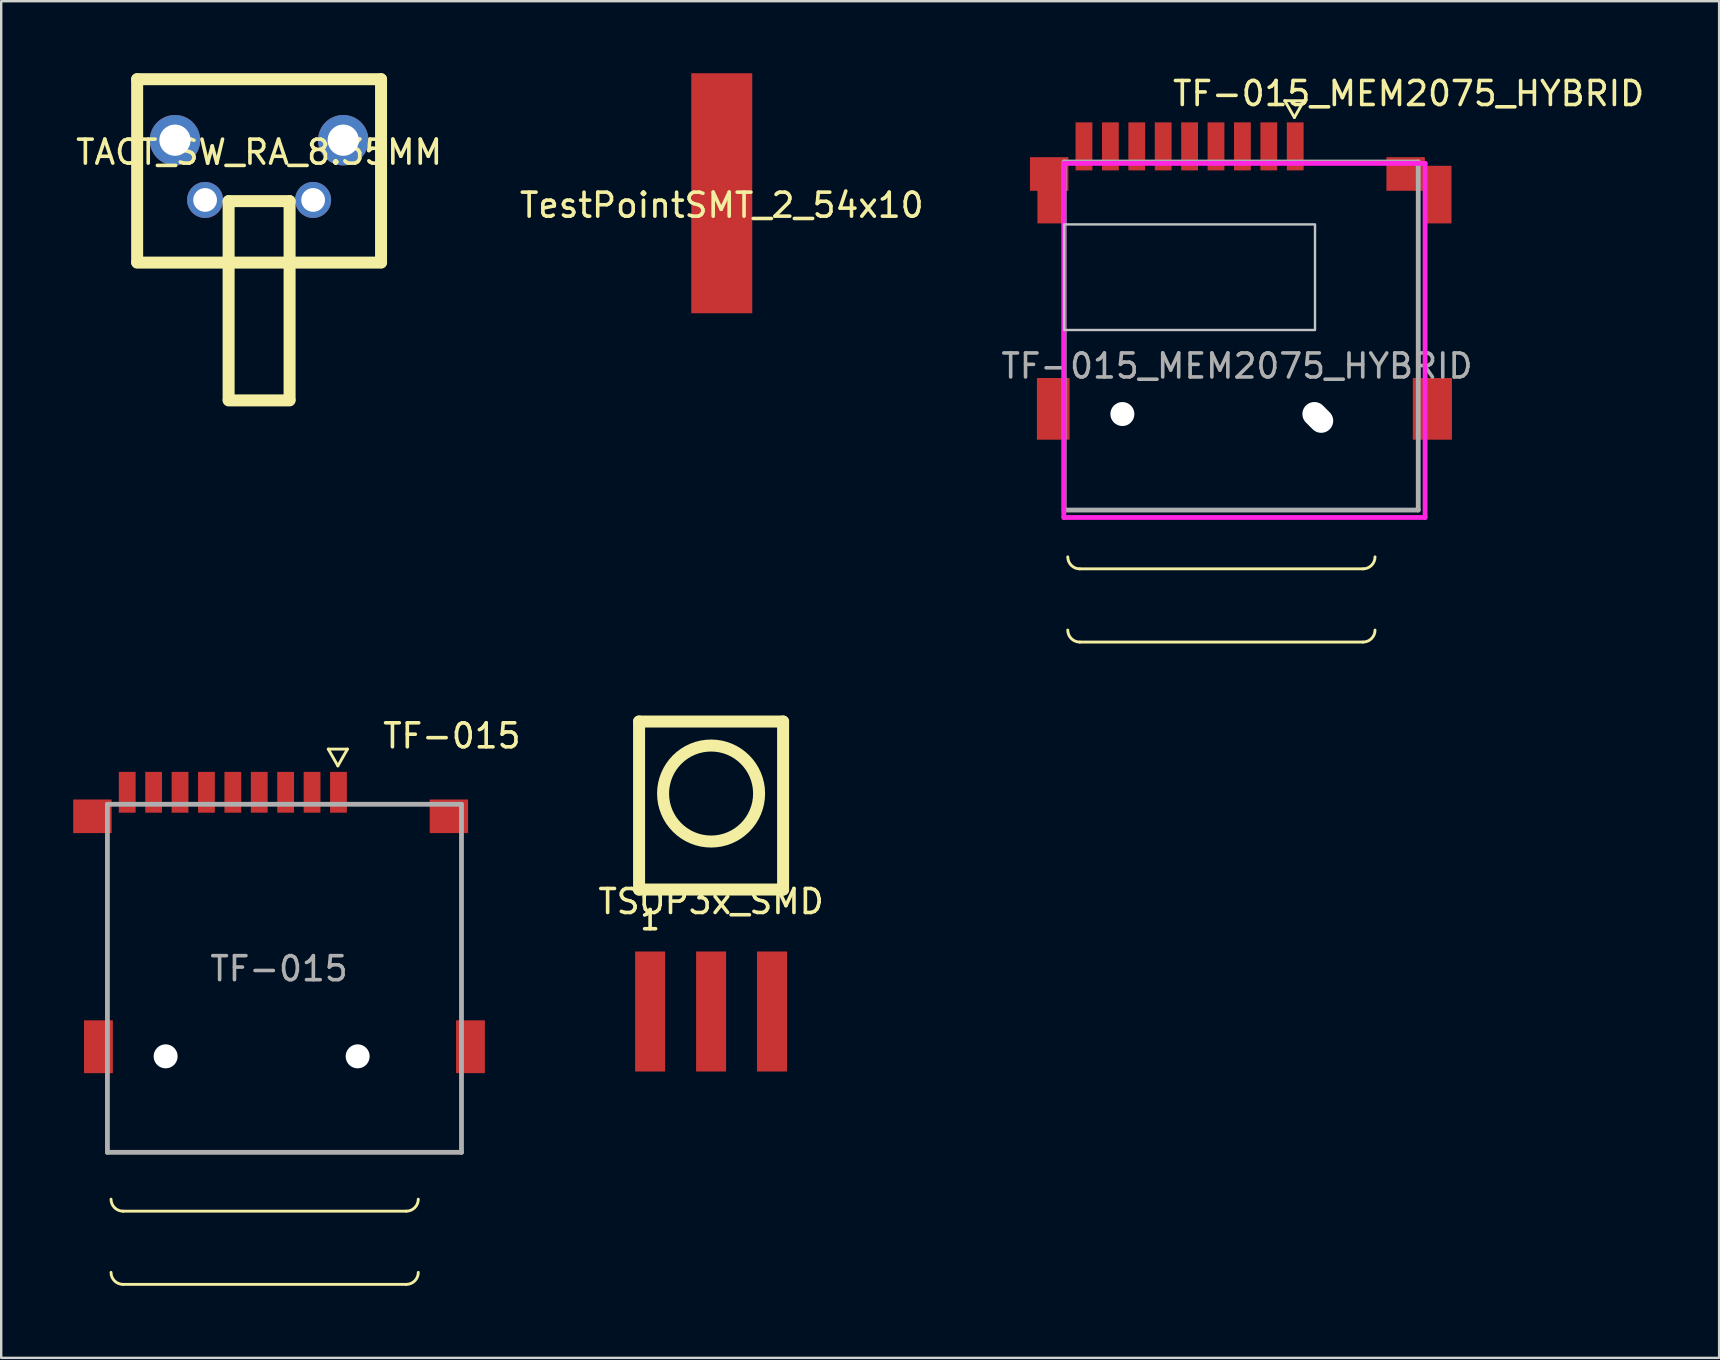
<source format=kicad_pcb>
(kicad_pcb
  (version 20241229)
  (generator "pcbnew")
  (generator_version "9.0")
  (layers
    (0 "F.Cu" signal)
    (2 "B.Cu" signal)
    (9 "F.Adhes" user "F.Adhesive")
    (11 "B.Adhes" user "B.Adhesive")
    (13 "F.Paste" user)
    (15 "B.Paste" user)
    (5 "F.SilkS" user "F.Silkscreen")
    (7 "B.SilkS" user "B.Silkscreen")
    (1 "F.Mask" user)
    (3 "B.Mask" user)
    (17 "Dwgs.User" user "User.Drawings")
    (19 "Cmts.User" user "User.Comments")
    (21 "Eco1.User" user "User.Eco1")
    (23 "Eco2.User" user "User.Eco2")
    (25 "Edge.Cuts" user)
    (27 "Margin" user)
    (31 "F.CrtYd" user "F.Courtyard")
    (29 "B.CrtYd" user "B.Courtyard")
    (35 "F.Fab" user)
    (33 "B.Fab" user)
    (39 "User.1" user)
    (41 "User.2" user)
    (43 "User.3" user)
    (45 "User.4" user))
  (footprint "TestPointSMT_2_54x10"
    (layer "F.Cu")
    (at 27.018 5)
    (property "Reference" "TestPointSMT_2_54x10" (at 0 0.5 0) (layer "F.SilkS") (effects (font (size 1 1) (thickness 0.15))))
    (attr through_hole)
    (pad "1" smd rect (at 0 0) (size 2.54 10) (layers "F.Cu" "F.Mask" "F.Paste")))
  (footprint "TF-015"
    (layer "F.Cu")
    (at 8.575 37.306)
    (property "Reference" "TF-015" (at 7.2 -9.7 0) (layer "F.SilkS") (effects (font (size 1 1) (thickness 0.15))))
    (attr through_hole)
    (fp_line (start -7.15 -5.35) (end -7.15 1.85) (stroke (width 0.1) (type solid)) (layer "F.SilkS"))
    (fp_line (start -7.15 4.55) (end -7.15 7.65) (stroke (width 0.1) (type solid)) (layer "F.SilkS"))
    (fp_line (start -7.15 7.65) (end 7.6 7.65) (stroke (width 0.1) (type solid)) (layer "F.SilkS"))
    (fp_line (start -6.5 10.1) (end 5.3 10.1) (stroke (width 0.12) (type solid)) (layer "F.SilkS"))
    (fp_line (start -6.5 13.15) (end 5.3 13.15) (stroke (width 0.12) (type solid)) (layer "F.SilkS"))
    (fp_line (start 2.05 -9.15) (end 2.85 -9.15) (stroke (width 0.12) (type solid)) (layer "F.SilkS"))
    (fp_line (start 2.45 -8.45) (end 2.05 -9.15) (stroke (width 0.12) (type solid)) (layer "F.SilkS"))
    (fp_line (start 2.85 -9.15) (end 2.45 -8.45) (stroke (width 0.12) (type solid)) (layer "F.SilkS"))
    (fp_line (start 6.1 -6.85) (end 3.1 -6.85) (stroke (width 0.1) (type solid)) (layer "F.SilkS"))
    (fp_line (start 7.6 1.85) (end 7.6 -5.35) (stroke (width 0.1) (type solid)) (layer "F.SilkS"))
    (fp_line (start 7.6 7.65) (end 7.6 4.55) (stroke (width 0.1) (type solid)) (layer "F.SilkS"))
    (fp_arc (start -6.5 10.1) (mid -6.853553 9.953553) (end -7 9.6) (stroke (width 0.12) (type solid)) (layer "F.SilkS"))
    (fp_arc (start -6.5 13.15) (mid -6.853553 13.003553) (end -7 12.65) (stroke (width 0.12) (type solid)) (layer "F.SilkS"))
    (fp_arc (start 5.8 9.6) (mid 5.653553 9.953553) (end 5.3 10.1) (stroke (width 0.12) (type solid)) (layer "F.SilkS"))
    (fp_arc (start 5.8 12.65) (mid 5.653553 13.003553) (end 5.3 13.15) (stroke (width 0.12) (type solid)) (layer "F.SilkS"))
    (fp_line (start -7.15 -6.85) (end 7.6 -6.85) (stroke (width 0.2) (type solid)) (layer "F.Fab"))
    (fp_line (start -7.15 7.65) (end -7.15 -6.85) (stroke (width 0.2) (type solid)) (layer "F.Fab"))
    (fp_line (start 7.6 -6.85) (end 7.6 7.65) (stroke (width 0.2) (type solid)) (layer "F.Fab"))
    (fp_line (start 7.6 7.65) (end -7.15 7.65) (stroke (width 0.2) (type solid)) (layer "F.Fab"))
    (fp_text user "${REFERENCE}" (at 0 0 0) (layer "F.Fab") (effects (font (size 1 1) (thickness 0.15))))
    (pad "" np_thru_hole circle (at -4.725 3.65) (size 1 1) (drill 1) (layers "*.Cu" "*.Mask"))
    (pad "" np_thru_hole circle (at 3.275 3.65) (size 1 1) (drill 1) (layers "*.Cu" "*.Mask"))
    (pad "1" smd rect (at 2.475 -7.35) (size 0.7 1.7) (layers "F.Cu" "F.Mask" "F.Paste"))
    (pad "2" smd rect (at 1.375 -7.35) (size 0.7 1.7) (layers "F.Cu" "F.Mask" "F.Paste"))
    (pad "3" smd rect (at 0.275 -7.35) (size 0.7 1.7) (layers "F.Cu" "F.Mask" "F.Paste"))
    (pad "4" smd rect (at -0.825 -7.35) (size 0.7 1.7) (layers "F.Cu" "F.Mask" "F.Paste"))
    (pad "5" smd rect (at -1.925 -7.35) (size 0.7 1.7) (layers "F.Cu" "F.Mask" "F.Paste"))
    (pad "6" smd rect (at -3.025 -7.35) (size 0.7 1.7) (layers "F.Cu" "F.Mask" "F.Paste"))
    (pad "7" smd rect (at -4.125 -7.35) (size 0.7 1.7) (layers "F.Cu" "F.Mask" "F.Paste"))
    (pad "8" smd rect (at -5.225 -7.35) (size 0.7 1.7) (layers "F.Cu" "F.Mask" "F.Paste"))
    (pad "9" smd rect (at -6.325 -7.35) (size 0.7 1.7) (layers "F.Cu" "F.Mask" "F.Paste"))
    (pad "11" smd rect (at -7.775 -6.35 90) (size 1.4 1.6) (layers "F.Cu" "F.Mask" "F.Paste"))
    (pad "11" smd rect (at -7.525 3.25) (size 1.2 2.2) (layers "F.Cu" "F.Mask" "F.Paste"))
    (pad "11" smd rect (at 7.075 -6.35 90) (size 1.4 1.6) (layers "F.Cu" "F.Mask" "F.Paste"))
    (pad "11" smd rect (at 7.975 3.25) (size 1.2 2.2) (layers "F.Cu" "F.Mask" "F.Paste")))
  (footprint "TSOP3x_SMD"
    (layer "F.Cu")
    (at 26.573 34.008)
    (property "Reference" "TSOP3x_SMD" (at 0 0.5 0) (layer "F.SilkS") (effects (font (size 1 1) (thickness 0.15))))
    (attr through_hole)
    (fp_line (start -3 -7) (end 3 -7) (stroke (width 0.5) (type solid)) (layer "F.SilkS"))
    (fp_line (start -3 0) (end -3 -7) (stroke (width 0.5) (type solid)) (layer "F.SilkS"))
    (fp_line (start 3 -7) (end 3 0) (stroke (width 0.5) (type solid)) (layer "F.SilkS"))
    (fp_line (start 3 0) (end -3 0) (stroke (width 0.5) (type solid)) (layer "F.SilkS"))
    (fp_circle (center 0 -4) (end 2 -4) (stroke (width 0.5) (type solid)) (fill no) (layer "F.SilkS"))
    (fp_text user "1" (at -2.54 1.27 0) (layer "F.SilkS") (effects (font (size 0.8 0.8) (thickness 0.15))))
    (pad "1" smd rect (at -2.54 5.08) (size 1.25 5) (layers "F.Cu" "F.Mask" "F.Paste"))
    (pad "2" smd rect (at 0 5.08) (size 1.25 5) (layers "F.Cu" "F.Mask" "F.Paste"))
    (pad "3" smd rect (at 2.54 5.08) (size 1.25 5) (layers "F.Cu" "F.Mask" "F.Paste")))
  (footprint "TF-015_MEM2075_HYBRID"
    (layer "F.Cu")
    (at 48.432 10.548)
    (property "Reference" "TF-015_MEM2075_HYBRID" (at 7.2 -9.7 0) (layer "F.SilkS") (effects (font (size 1 1) (thickness 0.15))))
    (attr through_hole)
    (fp_line (start -7.153 4.872) (end -7.153 7.656) (stroke (width 0.1) (type solid)) (layer "F.SilkS"))
    (fp_line (start -7.15 -5.35) (end -7.15 1.85) (stroke (width 0.1) (type solid)) (layer "F.SilkS"))
    (fp_line (start -7.15 7.65) (end 7.6 7.65) (stroke (width 0.1) (type solid)) (layer "F.SilkS"))
    (fp_line (start -6.5 10.1) (end 5.3 10.1) (stroke (width 0.12) (type solid)) (layer "F.SilkS"))
    (fp_line (start -6.5 13.15) (end 5.3 13.15) (stroke (width 0.12) (type solid)) (layer "F.SilkS"))
    (fp_line (start 2.04 -9.404) (end 2.84 -9.404) (stroke (width 0.12) (type solid)) (layer "F.SilkS"))
    (fp_line (start 2.44 -8.704) (end 2.04 -9.404) (stroke (width 0.12) (type solid)) (layer "F.SilkS"))
    (fp_line (start 2.84 -9.404) (end 2.44 -8.704) (stroke (width 0.12) (type solid)) (layer "F.SilkS"))
    (fp_line (start 6.1 -6.85) (end 3.1 -6.85) (stroke (width 0.1) (type solid)) (layer "F.SilkS"))
    (fp_line (start 7.6 7.645) (end 7.6 4.917) (stroke (width 0.1) (type solid)) (layer "F.SilkS"))
    (fp_line (start 7.6 1.85) (end 7.6 -5.35) (stroke (width 0.1) (type solid)) (layer "F.SilkS"))
    (fp_arc (start -6.5 10.1) (mid -6.853553 9.953553) (end -7 9.6) (stroke (width 0.12) (type solid)) (layer "F.SilkS"))
    (fp_arc (start -6.5 13.15) (mid -6.853553 13.003553) (end -7 12.65) (stroke (width 0.12) (type solid)) (layer "F.SilkS"))
    (fp_arc (start 5.8 9.6) (mid 5.653553 9.953553) (end 5.3 10.1) (stroke (width 0.12) (type solid)) (layer "F.SilkS"))
    (fp_arc (start 5.8 12.65) (mid 5.653553 13.003553) (end 5.3 13.15) (stroke (width 0.12) (type solid)) (layer "F.SilkS"))
    (fp_poly (pts (xy 3.3 -4.25) (xy 3.3 0.15) (xy -7.15 0.15) (xy -7.15 -4.25)) (stroke (width 0.1) (type solid)) (fill no) (layer "Dwgs.User"))
    (fp_line (start -7.164 -6.791) (end 7.886 -6.791) (stroke (width 0.2) (type solid)) (layer "F.CrtYd"))
    (fp_line (start -7.164 7.959) (end -7.164 -6.791) (stroke (width 0.2) (type solid)) (layer "F.CrtYd"))
    (fp_line (start 7.886 -6.791) (end 7.886 7.959) (stroke (width 0.2) (type solid)) (layer "F.CrtYd"))
    (fp_line (start 7.886 7.959) (end -7.164 7.959) (stroke (width 0.2) (type solid)) (layer "F.CrtYd"))
    (fp_line (start -7.15 -6.85) (end 7.6 -6.85) (stroke (width 0.2) (type solid)) (layer "F.Fab"))
    (fp_line (start -7.15 7.65) (end -7.15 -6.85) (stroke (width 0.2) (type solid)) (layer "F.Fab"))
    (fp_line (start 7.6 -6.85) (end 7.6 7.65) (stroke (width 0.2) (type solid)) (layer "F.Fab"))
    (fp_line (start 7.6 7.65) (end -7.15 7.65) (stroke (width 0.2) (type solid)) (layer "F.Fab"))
    (fp_text user "${REFERENCE}" (at 0.05 1.65 0) (layer "F.Fab") (effects (font (size 1 1) (thickness 0.15))))
    (pad "" np_thru_hole circle (at -4.725 3.65) (size 1 1) (drill 1) (layers "*.Cu" "*.Mask"))
    (pad "" np_thru_hole circle (at -3.034 3.929) (size 0.001 0.001) (drill 0.95) (layers "*.Cu" "*.Mask"))
    (pad "" np_thru_hole oval (at 3.416 3.791 45) (size 1 1.4) (drill oval 1 1.4) (layers "*.Cu" "*.Mask"))
    (pad "1" smd rect (at 2.475 -7.5) (size 0.7 2) (layers "F.Cu" "F.Mask" "F.Paste"))
    (pad "2" smd rect (at 1.375 -7.5) (size 0.7 2) (layers "F.Cu" "F.Mask" "F.Paste"))
    (pad "3" smd rect (at 0.275 -7.5) (size 0.7 2) (layers "F.Cu" "F.Mask" "F.Paste"))
    (pad "4" smd rect (at -0.825 -7.5) (size 0.7 2) (layers "F.Cu" "F.Mask" "F.Paste"))
    (pad "5" smd rect (at -1.925 -7.5) (size 0.7 2) (layers "F.Cu" "F.Mask" "F.Paste"))
    (pad "6" smd rect (at -3.025 -7.5) (size 0.7 2) (layers "F.Cu" "F.Mask" "F.Paste"))
    (pad "7" smd rect (at -4.125 -7.5) (size 0.7 2) (layers "F.Cu" "F.Mask" "F.Paste"))
    (pad "8" smd rect (at -5.225 -7.5) (size 0.7 2) (layers "F.Cu" "F.Mask" "F.Paste"))
    (pad "9" smd rect (at -6.325 -7.5) (size 0.7 2) (layers "F.Cu" "F.Mask" "F.Paste"))
    (pad "11" smd rect (at -7.775 -6.35 90) (size 1.4 1.6) (layers "F.Cu" "F.Mask" "F.Paste"))
    (pad "11" smd rect (at -7.714 -5.491) (size 1.1 2.4) (layers "F.Cu" "F.Mask" "F.Paste"))
    (pad "11" smd rect (at -7.605 3.434) (size 1.36 2.57) (layers "F.Cu" "F.Mask" "F.Paste"))
    (pad "11" smd rect (at 7.075 -6.35 90) (size 1.4 1.6) (layers "F.Cu" "F.Mask" "F.Paste"))
    (pad "11" smd rect (at 8.189 3.434) (size 1.63 2.57) (layers "F.Cu" "F.Mask" "F.Paste"))
    (pad "11" smd rect (at 8.436 -5.491) (size 1.1 2.4) (layers "F.Cu" "F.Mask" "F.Paste")))
  (footprint "TACT_SW_RA_8.35MM"
    (layer "F.Cu")
    (at 7.744 2.79)
    (property "Reference" "TACT_SW_RA_8.35MM" (at 0 0.5 0) (layer "F.SilkS") (effects (font (size 1 1) (thickness 0.15))))
    (attr through_hole)
    (fp_line (start -5.08 -2.54) (end -5.08 5.08) (stroke (width 0.5) (type solid)) (layer "F.SilkS"))
    (fp_line (start -5.08 5.1) (end 5.08 5.1) (stroke (width 0.5) (type solid)) (layer "F.SilkS"))
    (fp_line (start -1.27 2.54) (end -1.27 10.795) (stroke (width 0.5) (type solid)) (layer "F.SilkS"))
    (fp_line (start -1.27 10.84) (end 1.27 10.84) (stroke (width 0.5) (type solid)) (layer "F.SilkS"))
    (fp_line (start 1.27 2.54) (end -1.27 2.54) (stroke (width 0.5) (type solid)) (layer "F.SilkS"))
    (fp_line (start 1.27 10.795) (end 1.27 2.54) (stroke (width 0.5) (type solid)) (layer "F.SilkS"))
    (fp_line (start 5.08 -2.54) (end -5.08 -2.54) (stroke (width 0.5) (type solid)) (layer "F.SilkS"))
    (fp_line (start 5.08 5.08) (end 5.08 -2.54) (stroke (width 0.5) (type solid)) (layer "F.SilkS"))
    (pad "1" thru_hole circle (at -2.25 2.49) (size 1.5 1.5) (drill 0.99) (layers "*.Cu" "*.Mask"))
    (pad "2" thru_hole circle (at 2.25 2.49) (size 1.5 1.5) (drill 0.99) (layers "*.Cu" "*.Mask"))
    (pad "3" thru_hole circle (at -3.505 0) (size 2.1 2.1) (drill 1.3) (layers "*.Cu" "*.Mask"))
    (pad "4" thru_hole circle (at 3.505 0) (size 2.1 2.1) (drill 1.3) (layers "*.Cu" "*.Mask")))
  (gr_rect
    (start -3 -3)
    (end 68.567 53.517)
    (stroke (width 0.1) (type default))
    (fill no)
    (layer "Edge.Cuts")))
</source>
